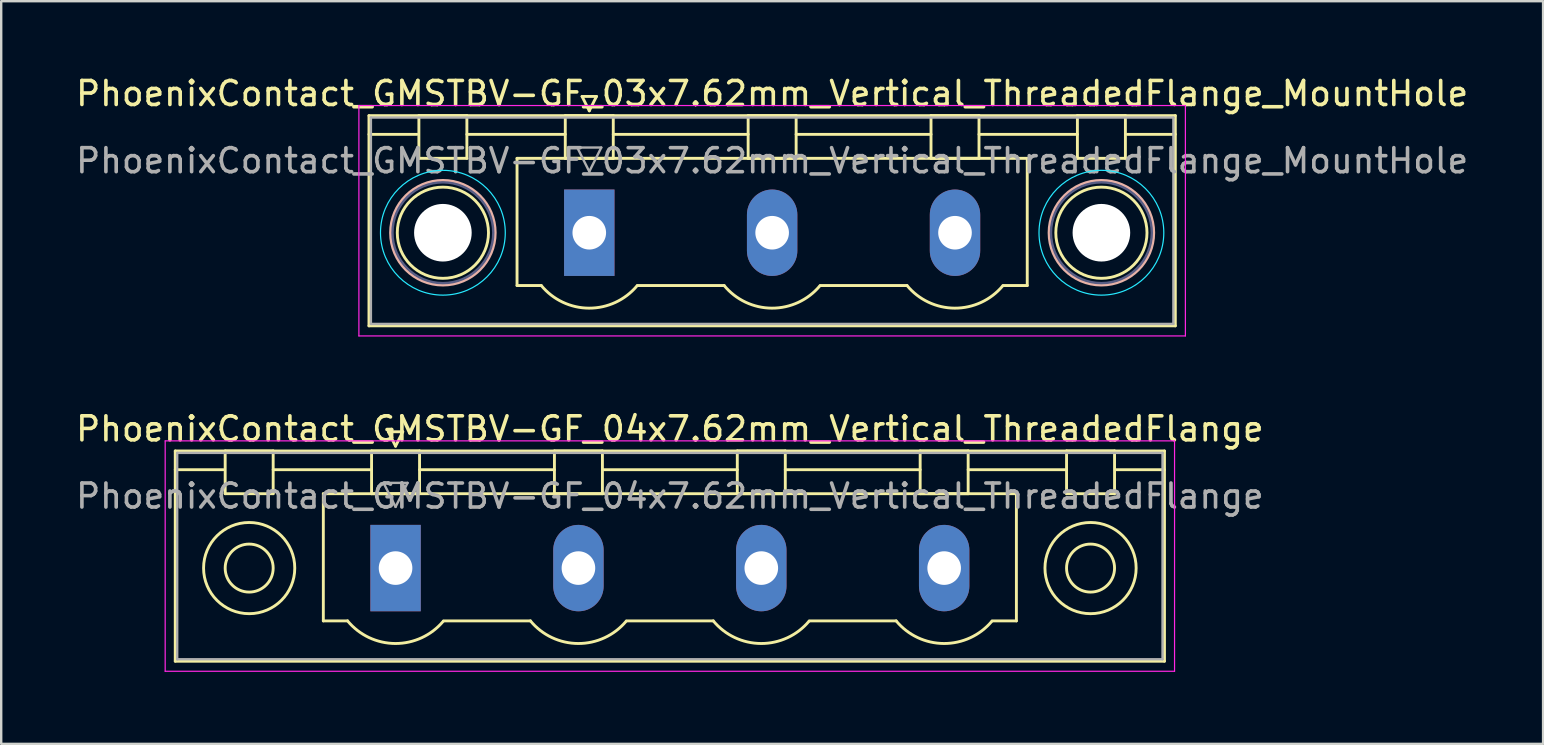
<source format=kicad_pcb>
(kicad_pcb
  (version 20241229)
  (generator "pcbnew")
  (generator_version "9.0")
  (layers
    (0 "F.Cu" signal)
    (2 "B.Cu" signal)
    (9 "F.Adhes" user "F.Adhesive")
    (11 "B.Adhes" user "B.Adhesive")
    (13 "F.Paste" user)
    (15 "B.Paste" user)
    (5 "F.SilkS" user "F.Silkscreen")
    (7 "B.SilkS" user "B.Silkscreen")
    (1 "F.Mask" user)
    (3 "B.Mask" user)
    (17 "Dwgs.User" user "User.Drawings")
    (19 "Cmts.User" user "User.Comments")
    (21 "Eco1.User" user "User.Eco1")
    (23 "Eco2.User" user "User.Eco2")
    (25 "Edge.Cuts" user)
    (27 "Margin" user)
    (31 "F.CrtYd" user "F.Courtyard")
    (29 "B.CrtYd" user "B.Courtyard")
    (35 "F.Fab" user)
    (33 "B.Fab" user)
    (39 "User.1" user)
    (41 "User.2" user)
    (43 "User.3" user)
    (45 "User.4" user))
  (footprint "PhoenixContact_GMSTBV-GF_04x7.62mm_Vertical_ThreadedFlange"
    (layer "F.Cu")
    (at 13.433 20.622)
    (property "Reference" "PhoenixContact_GMSTBV-GF_04x7.62mm_Vertical_ThreadedFlange" (at 11.43 -5.8 0) (layer "F.SilkS") (effects (font (size 1 1) (thickness 0.15))))
    (attr through_hole)
    (fp_line (start -9.18 -4.88) (end -9.18 3.88) (stroke (width 0.12) (type solid)) (layer "F.SilkS"))
    (fp_line (start -9.18 -4.1) (end -7.18 -4.1) (stroke (width 0.12) (type solid)) (layer "F.SilkS"))
    (fp_line (start -9.18 3.88) (end 32.04 3.88) (stroke (width 0.12) (type solid)) (layer "F.SilkS"))
    (fp_line (start -7.1 -4.88) (end -5.1 -4.88) (stroke (width 0.12) (type solid)) (layer "F.SilkS"))
    (fp_line (start -7.1 -3.1) (end -7.1 -4.88) (stroke (width 0.12) (type solid)) (layer "F.SilkS"))
    (fp_line (start -5.1 -4.88) (end -5.1 -3.1) (stroke (width 0.12) (type solid)) (layer "F.SilkS"))
    (fp_line (start -5.1 -4.1) (end -1 -4.1) (stroke (width 0.12) (type solid)) (layer "F.SilkS"))
    (fp_line (start -5.1 -3.1) (end -7.1 -3.1) (stroke (width 0.12) (type solid)) (layer "F.SilkS"))
    (fp_line (start -3.01 -3.1) (end 25.87 -3.1) (stroke (width 0.12) (type solid)) (layer "F.SilkS"))
    (fp_line (start -3.01 2.2) (end -3.01 -3.1) (stroke (width 0.12) (type solid)) (layer "F.SilkS"))
    (fp_line (start -2 2.2) (end -3.01 2.2) (stroke (width 0.12) (type solid)) (layer "F.SilkS"))
    (fp_line (start -1 -4.88) (end 1 -4.88) (stroke (width 0.12) (type solid)) (layer "F.SilkS"))
    (fp_line (start -1 -3.1) (end -1 -4.88) (stroke (width 0.12) (type solid)) (layer "F.SilkS"))
    (fp_line (start -0.3 -5.68) (end 0.3 -5.68) (stroke (width 0.12) (type solid)) (layer "F.SilkS"))
    (fp_line (start 0 -5.08) (end -0.3 -5.68) (stroke (width 0.12) (type solid)) (layer "F.SilkS"))
    (fp_line (start 0.3 -5.68) (end 0 -5.08) (stroke (width 0.12) (type solid)) (layer "F.SilkS"))
    (fp_line (start 1 -4.88) (end 1 -3.1) (stroke (width 0.12) (type solid)) (layer "F.SilkS"))
    (fp_line (start 1 -4.1) (end 6.62 -4.1) (stroke (width 0.12) (type solid)) (layer "F.SilkS"))
    (fp_line (start 1 -3.1) (end -1 -3.1) (stroke (width 0.12) (type solid)) (layer "F.SilkS"))
    (fp_line (start 2 2.2) (end 5.62 2.2) (stroke (width 0.12) (type solid)) (layer "F.SilkS"))
    (fp_line (start 6.62 -4.88) (end 8.62 -4.88) (stroke (width 0.12) (type solid)) (layer "F.SilkS"))
    (fp_line (start 6.62 -3.1) (end 6.62 -4.88) (stroke (width 0.12) (type solid)) (layer "F.SilkS"))
    (fp_line (start 8.62 -4.88) (end 8.62 -3.1) (stroke (width 0.12) (type solid)) (layer "F.SilkS"))
    (fp_line (start 8.62 -4.1) (end 14.24 -4.1) (stroke (width 0.12) (type solid)) (layer "F.SilkS"))
    (fp_line (start 8.62 -3.1) (end 6.62 -3.1) (stroke (width 0.12) (type solid)) (layer "F.SilkS"))
    (fp_line (start 9.62 2.2) (end 13.24 2.2) (stroke (width 0.12) (type solid)) (layer "F.SilkS"))
    (fp_line (start 14.24 -4.88) (end 16.24 -4.88) (stroke (width 0.12) (type solid)) (layer "F.SilkS"))
    (fp_line (start 14.24 -3.1) (end 14.24 -4.88) (stroke (width 0.12) (type solid)) (layer "F.SilkS"))
    (fp_line (start 16.24 -4.88) (end 16.24 -3.1) (stroke (width 0.12) (type solid)) (layer "F.SilkS"))
    (fp_line (start 16.24 -4.1) (end 21.86 -4.1) (stroke (width 0.12) (type solid)) (layer "F.SilkS"))
    (fp_line (start 16.24 -3.1) (end 14.24 -3.1) (stroke (width 0.12) (type solid)) (layer "F.SilkS"))
    (fp_line (start 17.24 2.2) (end 20.86 2.2) (stroke (width 0.12) (type solid)) (layer "F.SilkS"))
    (fp_line (start 21.86 -4.88) (end 23.86 -4.88) (stroke (width 0.12) (type solid)) (layer "F.SilkS"))
    (fp_line (start 21.86 -3.1) (end 21.86 -4.88) (stroke (width 0.12) (type solid)) (layer "F.SilkS"))
    (fp_line (start 23.86 -4.88) (end 23.86 -3.1) (stroke (width 0.12) (type solid)) (layer "F.SilkS"))
    (fp_line (start 23.86 -4.1) (end 27.96 -4.1) (stroke (width 0.12) (type solid)) (layer "F.SilkS"))
    (fp_line (start 23.86 -3.1) (end 21.86 -3.1) (stroke (width 0.12) (type solid)) (layer "F.SilkS"))
    (fp_line (start 25.87 -3.1) (end 25.87 2.2) (stroke (width 0.12) (type solid)) (layer "F.SilkS"))
    (fp_line (start 25.87 2.2) (end 24.86 2.2) (stroke (width 0.12) (type solid)) (layer "F.SilkS"))
    (fp_line (start 27.96 -4.88) (end 29.96 -4.88) (stroke (width 0.12) (type solid)) (layer "F.SilkS"))
    (fp_line (start 27.96 -3.1) (end 27.96 -4.88) (stroke (width 0.12) (type solid)) (layer "F.SilkS"))
    (fp_line (start 29.96 -4.88) (end 29.96 -3.1) (stroke (width 0.12) (type solid)) (layer "F.SilkS"))
    (fp_line (start 29.96 -3.1) (end 27.96 -3.1) (stroke (width 0.12) (type solid)) (layer "F.SilkS"))
    (fp_line (start 32.04 -4.88) (end -9.18 -4.88) (stroke (width 0.12) (type solid)) (layer "F.SilkS"))
    (fp_line (start 32.04 -4.1) (end 30.04 -4.1) (stroke (width 0.12) (type solid)) (layer "F.SilkS"))
    (fp_line (start 32.04 3.88) (end 32.04 -4.88) (stroke (width 0.12) (type solid)) (layer "F.SilkS"))
    (fp_arc (start 1.986842 2.215821) (mid -0.010289 3.142758) (end -2 2.2) (stroke (width 0.12) (type solid)) (layer "F.SilkS"))
    (fp_arc (start 9.606842 2.215821) (mid 7.609711 3.142758) (end 5.62 2.2) (stroke (width 0.12) (type solid)) (layer "F.SilkS"))
    (fp_arc (start 17.226842 2.215821) (mid 15.229711 3.142758) (end 13.24 2.2) (stroke (width 0.12) (type solid)) (layer "F.SilkS"))
    (fp_arc (start 24.846842 2.215821) (mid 22.849711 3.142758) (end 20.86 2.2) (stroke (width 0.12) (type solid)) (layer "F.SilkS"))
    (fp_circle (center -6.1 0) (end -5.1 0) (stroke (width 0.12) (type solid)) (fill no) (layer "F.SilkS"))
    (fp_circle (center -6.1 0) (end -4.2 0) (stroke (width 0.12) (type solid)) (fill no) (layer "F.SilkS"))
    (fp_circle (center 28.96 0) (end 29.96 0) (stroke (width 0.12) (type solid)) (fill no) (layer "F.SilkS"))
    (fp_circle (center 28.96 0) (end 30.86 0) (stroke (width 0.12) (type solid)) (fill no) (layer "F.SilkS"))
    (fp_line (start -9.6 -5.3) (end -9.6 4.3) (stroke (width 0.05) (type solid)) (layer "F.CrtYd"))
    (fp_line (start -9.6 4.3) (end 32.46 4.3) (stroke (width 0.05) (type solid)) (layer "F.CrtYd"))
    (fp_line (start 32.46 -5.3) (end -9.6 -5.3) (stroke (width 0.05) (type solid)) (layer "F.CrtYd"))
    (fp_line (start 32.46 4.3) (end 32.46 -5.3) (stroke (width 0.05) (type solid)) (layer "F.CrtYd"))
    (fp_line (start -9.1 -4.8) (end -9.1 3.8) (stroke (width 0.1) (type solid)) (layer "F.Fab"))
    (fp_line (start -9.1 3.8) (end 31.96 3.8) (stroke (width 0.1) (type solid)) (layer "F.Fab"))
    (fp_line (start -0.5 -3.55) (end 0.5 -3.55) (stroke (width 0.1) (type solid)) (layer "F.Fab"))
    (fp_line (start 0 -2.55) (end -0.5 -3.55) (stroke (width 0.1) (type solid)) (layer "F.Fab"))
    (fp_line (start 0.5 -3.55) (end 0 -2.55) (stroke (width 0.1) (type solid)) (layer "F.Fab"))
    (fp_line (start 31.96 -4.8) (end -9.1 -4.8) (stroke (width 0.1) (type solid)) (layer "F.Fab"))
    (fp_line (start 31.96 3.8) (end 31.96 -4.8) (stroke (width 0.1) (type solid)) (layer "F.Fab"))
    (fp_text user "${REFERENCE}" (at 11.43 -3 0) (layer "F.Fab") (effects (font (size 1 1) (thickness 0.15))))
    (pad "1" thru_hole rect (at 0 0) (size 2.1 3.6) (drill 1.4) (layers "*.Cu" "*.Mask"))
    (pad "2" thru_hole oval (at 7.62 0) (size 2.1 3.6) (drill 1.4) (layers "*.Cu" "*.Mask"))
    (pad "3" thru_hole oval (at 15.24 0) (size 2.1 3.6) (drill 1.4) (layers "*.Cu" "*.Mask"))
    (pad "4" thru_hole oval (at 22.86 0) (size 2.1 3.6) (drill 1.4) (layers "*.Cu" "*.Mask")))
  (footprint "PhoenixContact_GMSTBV-GF_03x7.62mm_Vertical_ThreadedFlange_MountHole"
    (layer "F.Cu")
    (at 21.505 6.648)
    (property "Reference" "PhoenixContact_GMSTBV-GF_03x7.62mm_Vertical_ThreadedFlange_MountHole" (at 7.62 -5.8 0) (layer "F.SilkS") (effects (font (size 1 1) (thickness 0.15))))
    (attr through_hole)
    (fp_line (start -9.18 -4.88) (end -9.18 3.88) (stroke (width 0.12) (type solid)) (layer "F.SilkS"))
    (fp_line (start -9.18 -4.1) (end -7.18 -4.1) (stroke (width 0.12) (type solid)) (layer "F.SilkS"))
    (fp_line (start -9.18 3.88) (end 24.42 3.88) (stroke (width 0.12) (type solid)) (layer "F.SilkS"))
    (fp_line (start -7.1 -4.88) (end -5.1 -4.88) (stroke (width 0.12) (type solid)) (layer "F.SilkS"))
    (fp_line (start -7.1 -3.1) (end -7.1 -4.88) (stroke (width 0.12) (type solid)) (layer "F.SilkS"))
    (fp_line (start -5.1 -4.88) (end -5.1 -3.1) (stroke (width 0.12) (type solid)) (layer "F.SilkS"))
    (fp_line (start -5.1 -4.1) (end -1 -4.1) (stroke (width 0.12) (type solid)) (layer "F.SilkS"))
    (fp_line (start -5.1 -3.1) (end -7.1 -3.1) (stroke (width 0.12) (type solid)) (layer "F.SilkS"))
    (fp_line (start -3.01 -3.1) (end 18.25 -3.1) (stroke (width 0.12) (type solid)) (layer "F.SilkS"))
    (fp_line (start -3.01 2.2) (end -3.01 -3.1) (stroke (width 0.12) (type solid)) (layer "F.SilkS"))
    (fp_line (start -2 2.2) (end -3.01 2.2) (stroke (width 0.12) (type solid)) (layer "F.SilkS"))
    (fp_line (start -1 -4.88) (end 1 -4.88) (stroke (width 0.12) (type solid)) (layer "F.SilkS"))
    (fp_line (start -1 -3.1) (end -1 -4.88) (stroke (width 0.12) (type solid)) (layer "F.SilkS"))
    (fp_line (start -0.3 -5.68) (end 0.3 -5.68) (stroke (width 0.12) (type solid)) (layer "F.SilkS"))
    (fp_line (start 0 -5.08) (end -0.3 -5.68) (stroke (width 0.12) (type solid)) (layer "F.SilkS"))
    (fp_line (start 0.3 -5.68) (end 0 -5.08) (stroke (width 0.12) (type solid)) (layer "F.SilkS"))
    (fp_line (start 1 -4.88) (end 1 -3.1) (stroke (width 0.12) (type solid)) (layer "F.SilkS"))
    (fp_line (start 1 -4.1) (end 6.62 -4.1) (stroke (width 0.12) (type solid)) (layer "F.SilkS"))
    (fp_line (start 1 -3.1) (end -1 -3.1) (stroke (width 0.12) (type solid)) (layer "F.SilkS"))
    (fp_line (start 2 2.2) (end 5.62 2.2) (stroke (width 0.12) (type solid)) (layer "F.SilkS"))
    (fp_line (start 6.62 -4.88) (end 8.62 -4.88) (stroke (width 0.12) (type solid)) (layer "F.SilkS"))
    (fp_line (start 6.62 -3.1) (end 6.62 -4.88) (stroke (width 0.12) (type solid)) (layer "F.SilkS"))
    (fp_line (start 8.62 -4.88) (end 8.62 -3.1) (stroke (width 0.12) (type solid)) (layer "F.SilkS"))
    (fp_line (start 8.62 -4.1) (end 14.24 -4.1) (stroke (width 0.12) (type solid)) (layer "F.SilkS"))
    (fp_line (start 8.62 -3.1) (end 6.62 -3.1) (stroke (width 0.12) (type solid)) (layer "F.SilkS"))
    (fp_line (start 9.62 2.2) (end 13.24 2.2) (stroke (width 0.12) (type solid)) (layer "F.SilkS"))
    (fp_line (start 14.24 -4.88) (end 16.24 -4.88) (stroke (width 0.12) (type solid)) (layer "F.SilkS"))
    (fp_line (start 14.24 -3.1) (end 14.24 -4.88) (stroke (width 0.12) (type solid)) (layer "F.SilkS"))
    (fp_line (start 16.24 -4.88) (end 16.24 -3.1) (stroke (width 0.12) (type solid)) (layer "F.SilkS"))
    (fp_line (start 16.24 -4.1) (end 20.34 -4.1) (stroke (width 0.12) (type solid)) (layer "F.SilkS"))
    (fp_line (start 16.24 -3.1) (end 14.24 -3.1) (stroke (width 0.12) (type solid)) (layer "F.SilkS"))
    (fp_line (start 18.25 -3.1) (end 18.25 2.2) (stroke (width 0.12) (type solid)) (layer "F.SilkS"))
    (fp_line (start 18.25 2.2) (end 17.24 2.2) (stroke (width 0.12) (type solid)) (layer "F.SilkS"))
    (fp_line (start 20.34 -4.88) (end 22.34 -4.88) (stroke (width 0.12) (type solid)) (layer "F.SilkS"))
    (fp_line (start 20.34 -3.1) (end 20.34 -4.88) (stroke (width 0.12) (type solid)) (layer "F.SilkS"))
    (fp_line (start 22.34 -4.88) (end 22.34 -3.1) (stroke (width 0.12) (type solid)) (layer "F.SilkS"))
    (fp_line (start 22.34 -3.1) (end 20.34 -3.1) (stroke (width 0.12) (type solid)) (layer "F.SilkS"))
    (fp_line (start 24.42 -4.88) (end -9.18 -4.88) (stroke (width 0.12) (type solid)) (layer "F.SilkS"))
    (fp_line (start 24.42 -4.1) (end 22.42 -4.1) (stroke (width 0.12) (type solid)) (layer "F.SilkS"))
    (fp_line (start 24.42 3.88) (end 24.42 -4.88) (stroke (width 0.12) (type solid)) (layer "F.SilkS"))
    (fp_arc (start 1.986842 2.215821) (mid -0.010289 3.142758) (end -2 2.2) (stroke (width 0.12) (type solid)) (layer "F.SilkS"))
    (fp_arc (start 9.606842 2.215821) (mid 7.609711 3.142758) (end 5.62 2.2) (stroke (width 0.12) (type solid)) (layer "F.SilkS"))
    (fp_arc (start 17.226842 2.215821) (mid 15.229711 3.142758) (end 13.24 2.2) (stroke (width 0.12) (type solid)) (layer "F.SilkS"))
    (fp_circle (center -6.1 0) (end -4.2 0) (stroke (width 0.12) (type solid)) (fill no) (layer "F.SilkS"))
    (fp_circle (center 21.34 0) (end 23.24 0) (stroke (width 0.12) (type solid)) (fill no) (layer "F.SilkS"))
    (fp_circle (center -6.1 0) (end -3.92 0) (stroke (width 0.12) (type solid)) (fill no) (layer "B.SilkS"))
    (fp_circle (center 21.34 0) (end 23.52 0) (stroke (width 0.12) (type solid)) (fill no) (layer "B.SilkS"))
    (fp_circle (center -6.1 0) (end -3.5 0) (stroke (width 0.05) (type solid)) (fill no) (layer "B.CrtYd"))
    (fp_circle (center 21.34 0) (end 23.94 0) (stroke (width 0.05) (type solid)) (fill no) (layer "B.CrtYd"))
    (fp_line (start -9.6 -5.3) (end -9.6 4.3) (stroke (width 0.05) (type solid)) (layer "F.CrtYd"))
    (fp_line (start -9.6 4.3) (end 24.84 4.3) (stroke (width 0.05) (type solid)) (layer "F.CrtYd"))
    (fp_line (start 24.84 -5.3) (end -9.6 -5.3) (stroke (width 0.05) (type solid)) (layer "F.CrtYd"))
    (fp_line (start 24.84 4.3) (end 24.84 -5.3) (stroke (width 0.05) (type solid)) (layer "F.CrtYd"))
    (fp_circle (center -6.1 0) (end -4 0) (stroke (width 0.1) (type solid)) (fill no) (layer "B.Fab"))
    (fp_circle (center 21.34 0) (end 23.44 0) (stroke (width 0.1) (type solid)) (fill no) (layer "B.Fab"))
    (fp_line (start -9.1 -4.8) (end -9.1 3.8) (stroke (width 0.1) (type solid)) (layer "F.Fab"))
    (fp_line (start -9.1 3.8) (end 24.34 3.8) (stroke (width 0.1) (type solid)) (layer "F.Fab"))
    (fp_line (start -0.5 -3.55) (end 0.5 -3.55) (stroke (width 0.1) (type solid)) (layer "F.Fab"))
    (fp_line (start 0 -2.55) (end -0.5 -3.55) (stroke (width 0.1) (type solid)) (layer "F.Fab"))
    (fp_line (start 0.5 -3.55) (end 0 -2.55) (stroke (width 0.1) (type solid)) (layer "F.Fab"))
    (fp_line (start 24.34 -4.8) (end -9.1 -4.8) (stroke (width 0.1) (type solid)) (layer "F.Fab"))
    (fp_line (start 24.34 3.8) (end 24.34 -4.8) (stroke (width 0.1) (type solid)) (layer "F.Fab"))
    (fp_text user "${REFERENCE}" (at 7.62 -3 0) (layer "F.Fab") (effects (font (size 1 1) (thickness 0.15))))
    (pad "" np_thru_hole circle (at -6.1 0) (size 2.4 2.4) (drill 2.4) (layers "*.Cu" "*.Mask"))
    (pad "" np_thru_hole circle (at 21.34 0) (size 2.4 2.4) (drill 2.4) (layers "*.Cu" "*.Mask"))
    (pad "1" thru_hole rect (at 0 0) (size 2.1 3.6) (drill 1.4) (layers "*.Cu" "*.Mask"))
    (pad "2" thru_hole oval (at 7.62 0) (size 2.1 3.6) (drill 1.4) (layers "*.Cu" "*.Mask"))
    (pad "3" thru_hole oval (at 15.24 0) (size 2.1 3.6) (drill 1.4) (layers "*.Cu" "*.Mask")))
  (gr_rect
    (start -3 -3)
    (end 61.25 27.947)
    (stroke (width 0.1) (type default))
    (fill no)
    (layer "Edge.Cuts")))
</source>
